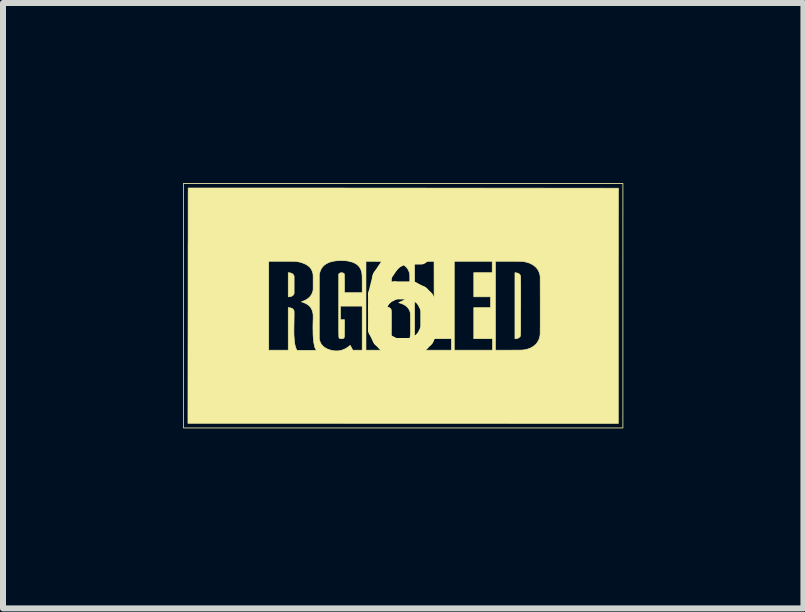
<source format=kicad_pcb>
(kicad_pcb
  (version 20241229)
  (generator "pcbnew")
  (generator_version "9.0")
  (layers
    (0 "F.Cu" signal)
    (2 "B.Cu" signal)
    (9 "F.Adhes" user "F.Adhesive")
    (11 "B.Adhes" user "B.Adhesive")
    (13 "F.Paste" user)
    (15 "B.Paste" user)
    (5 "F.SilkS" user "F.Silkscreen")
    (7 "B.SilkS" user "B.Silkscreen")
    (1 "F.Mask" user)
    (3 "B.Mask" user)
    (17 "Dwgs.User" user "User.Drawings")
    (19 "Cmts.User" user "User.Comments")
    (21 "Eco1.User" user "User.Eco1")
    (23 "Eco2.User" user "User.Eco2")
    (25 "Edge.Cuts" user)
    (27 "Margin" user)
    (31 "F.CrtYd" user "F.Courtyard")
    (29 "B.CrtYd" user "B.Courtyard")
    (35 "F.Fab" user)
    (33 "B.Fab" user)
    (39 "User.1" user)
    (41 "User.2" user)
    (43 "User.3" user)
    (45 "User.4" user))
  (footprint "6"
    (layer "F.Cu")
    (at 3.667 2.042)
    (property "Reference" "6" (at 0 0 0) (layer "F.SilkS") (effects (font (size 1.524 1.524) (thickness 0.3))))
    (attr through_hole)
    (fp_poly (pts (xy 3.662 2.039) (xy -3.662 2.039) (xy -3.662 -2.034) (xy -3.66 -2.034) (xy -3.66 2.037) (xy 3.66 2.037) (xy 3.66 -2.034) (xy -3.66 -2.034) (xy -3.662 -2.034) (xy -3.662 -2.037) (xy 3.662 -2.037) (xy 3.662 2.039)) (stroke (width 0.01) (type solid)) (fill yes) (layer "F.SilkS"))
    (fp_poly (pts (xy -1.898 -0.548) (xy -1.874 -0.544) (xy -1.855 -0.536) (xy -1.839 -0.526) (xy -1.828 -0.513) (xy -1.823 -0.505) (xy -1.817 -0.491) (xy -1.817 -0.202) (xy -1.823 -0.19) (xy -1.833 -0.175) (xy -1.848 -0.163) (xy -1.865 -0.154) (xy -1.887 -0.149) (xy -1.896 -0.148) (xy -1.915 -0.147) (xy -1.915 -0.549) (xy -1.898 -0.548)) (stroke (width 0.01) (type solid)) (fill yes) (layer "F.SilkS"))
    (fp_poly (pts (xy -0.277 -0.547) (xy -0.253 -0.543) (xy -0.234 -0.536) (xy -0.218 -0.526) (xy -0.207 -0.513) (xy -0.199 -0.497) (xy -0.198 -0.493) (xy -0.198 -0.487) (xy -0.197 -0.478) (xy -0.197 -0.463) (xy -0.196 -0.444) (xy -0.196 -0.422) (xy -0.196 -0.396) (xy -0.196 -0.366) (xy -0.196 -0.343) (xy -0.196 -0.311) (xy -0.196 -0.283) (xy -0.196 -0.26) (xy -0.196 -0.241) (xy -0.196 -0.225) (xy -0.197 -0.212) (xy -0.198 -0.201) (xy -0.199 -0.193) (xy -0.201 -0.187) (xy -0.203 -0.181) (xy -0.205 -0.177) (xy -0.208 -0.173) (xy -0.211 -0.169) (xy -0.213 -0.167) (xy -0.226 -0.156) (xy -0.243 -0.147) (xy -0.262 -0.142) (xy -0.283 -0.14) (xy -0.285 -0.14) (xy -0.295 -0.14) (xy -0.295 -0.549) (xy -0.277 -0.547)) (stroke (width 0.01) (type solid)) (fill yes) (layer "F.SilkS"))
    (fp_poly (pts (xy -0.285 0.02) (xy -0.274 0.021) (xy -0.26 0.024) (xy -0.247 0.027) (xy -0.235 0.031) (xy -0.232 0.033) (xy -0.224 0.038) (xy -0.216 0.045) (xy -0.213 0.048) (xy -0.21 0.051) (xy -0.207 0.054) (xy -0.205 0.058) (xy -0.203 0.061) (xy -0.201 0.066) (xy -0.2 0.071) (xy -0.199 0.078) (xy -0.198 0.087) (xy -0.197 0.098) (xy -0.196 0.112) (xy -0.196 0.128) (xy -0.196 0.147) (xy -0.196 0.17) (xy -0.196 0.197) (xy -0.196 0.228) (xy -0.196 0.264) (xy -0.196 0.291) (xy -0.196 0.328) (xy -0.196 0.361) (xy -0.197 0.389) (xy -0.197 0.412) (xy -0.197 0.433) (xy -0.197 0.45) (xy -0.197 0.463) (xy -0.198 0.475) (xy -0.198 0.483) (xy -0.198 0.49) (xy -0.199 0.496) (xy -0.199 0.5) (xy -0.2 0.503) (xy -0.201 0.505) (xy -0.202 0.507) (xy -0.202 0.508) (xy -0.212 0.522) (xy -0.225 0.534) (xy -0.242 0.543) (xy -0.263 0.549) (xy -0.276 0.55) (xy -0.295 0.552) (xy -0.295 0.02) (xy -0.285 0.02)) (stroke (width 0.01) (type solid)) (fill yes) (layer "F.SilkS"))
    (fp_poly (pts (xy 1.878 -0.547) (xy 1.902 -0.543) (xy 1.921 -0.536) (xy 1.936 -0.526) (xy 1.947 -0.513) (xy 1.954 -0.497) (xy 1.955 -0.492) (xy 1.956 -0.488) (xy 1.956 -0.481) (xy 1.956 -0.47) (xy 1.957 -0.455) (xy 1.957 -0.437) (xy 1.957 -0.414) (xy 1.957 -0.387) (xy 1.957 -0.356) (xy 1.958 -0.321) (xy 1.958 -0.281) (xy 1.958 -0.236) (xy 1.958 -0.187) (xy 1.958 -0.133) (xy 1.958 -0.075) (xy 1.958 -0.011) (xy 1.958 0.008) (xy 1.957 0.067) (xy 1.957 0.121) (xy 1.957 0.171) (xy 1.957 0.216) (xy 1.957 0.257) (xy 1.957 0.295) (xy 1.957 0.328) (xy 1.957 0.358) (xy 1.957 0.384) (xy 1.956 0.407) (xy 1.956 0.427) (xy 1.956 0.445) (xy 1.955 0.46) (xy 1.955 0.473) (xy 1.954 0.483) (xy 1.953 0.492) (xy 1.953 0.499) (xy 1.952 0.505) (xy 1.95 0.51) (xy 1.949 0.513) (xy 1.948 0.516) (xy 1.946 0.518) (xy 1.945 0.52) (xy 1.943 0.521) (xy 1.941 0.523) (xy 1.939 0.525) (xy 1.938 0.526) (xy 1.924 0.537) (xy 1.906 0.545) (xy 1.885 0.55) (xy 1.879 0.55) (xy 1.862 0.552) (xy 1.862 -0.549) (xy 1.878 -0.547)) (stroke (width 0.01) (type solid)) (fill yes) (layer "F.SilkS"))
    (fp_poly (pts (xy -3.295 -1.96) (xy -3.242 -1.96) (xy -3.186 -1.96) (xy -3.126 -1.96) (xy -3.061 -1.96) (xy -2.994 -1.96) (xy -2.922 -1.96) (xy -2.847 -1.96) (xy -2.769 -1.96) (xy -2.687 -1.96) (xy -2.602 -1.96) (xy -2.513 -1.96) (xy -2.422 -1.96) (xy -2.328 -1.96) (xy -2.23 -1.96) (xy -2.13 -1.96) (xy -2.027 -1.96) (xy -1.922 -1.96) (xy -1.814 -1.96) (xy -1.703 -1.96) (xy -1.59 -1.96) (xy -1.475 -1.96) (xy -1.358 -1.96) (xy -1.239 -1.96) (xy -1.117 -1.96) (xy -0.994 -1.96) (xy -0.869 -1.959) (xy -0.742 -1.959) (xy -0.614 -1.959) (xy -0.484 -1.959) (xy -0.352 -1.959) (xy -0.219 -1.959) (xy -0.085 -1.959) (xy 0.003 -1.959) (xy 3.587 -1.957) (xy 3.585 -1.272) (xy 3.585 -1.223) (xy 3.585 -1.169) (xy 3.585 -1.111) (xy 3.585 -1.049) (xy 3.585 -0.982) (xy 3.585 -0.912) (xy 3.585 -0.839) (xy 3.584 -0.763) (xy 3.584 -0.683) (xy 3.584 -0.601) (xy 3.584 -0.517) (xy 3.584 -0.431) (xy 3.584 -0.344) (xy 3.584 -0.254) (xy 3.584 -0.164) (xy 3.584 -0.073) (xy 3.584 0.019) (xy 3.584 0.111) (xy 3.584 0.202) (xy 3.584 0.294) (xy 3.584 0.385) (xy 3.584 0.475) (xy 3.584 0.564) (xy 3.584 0.652) (xy 3.584 0.689) (xy 3.584 1.963) (xy 2.006 1.963) (xy 1.916 1.963) (xy 1.821 1.963) (xy 1.721 1.962) (xy 1.617 1.962) (xy 1.51 1.962) (xy 1.398 1.962) (xy 1.284 1.962) (xy 1.166 1.962) (xy 1.045 1.962) (xy 0.922 1.962) (xy 0.797 1.962) (xy 0.67 1.962) (xy 0.541 1.962) (xy 0.411 1.962) (xy 0.28 1.962) (xy 0.148 1.962) (xy 0.016 1.962) (xy -0.116 1.962) (xy -0.249 1.962) (xy -0.381 1.962) (xy -0.512 1.962) (xy -0.642 1.962) (xy -0.771 1.962) (xy -0.899 1.962) (xy -1.025 1.961) (xy -1.148 1.961) (xy -1.269 1.961) (xy -1.388 1.961) (xy -1.503 1.961) (xy -1.579 1.961) (xy -3.586 1.961) (xy -3.585 0.742) (xy -2.24 0.742) (xy -1.915 0.742) (xy -1.915 0.032) (xy -1.898 0.034) (xy -1.874 0.038) (xy -1.855 0.045) (xy -1.839 0.055) (xy -1.827 0.068) (xy -1.82 0.084) (xy -1.818 0.09) (xy -1.818 0.094) (xy -1.817 0.101) (xy -1.817 0.112) (xy -1.817 0.125) (xy -1.817 0.142) (xy -1.817 0.163) (xy -1.817 0.188) (xy -1.818 0.217) (xy -1.818 0.252) (xy -1.819 0.273) (xy -1.819 0.311) (xy -1.82 0.344) (xy -1.82 0.374) (xy -1.82 0.399) (xy -1.821 0.422) (xy -1.82 0.442) (xy -1.82 0.459) (xy -1.82 0.475) (xy -1.819 0.49) (xy -1.819 0.501) (xy -1.816 0.543) (xy -1.813 0.581) (xy -1.809 0.614) (xy -1.805 0.643) (xy -1.799 0.668) (xy -1.793 0.691) (xy -1.786 0.711) (xy -1.778 0.728) (xy -1.778 0.729) (xy -1.769 0.744) (xy -1.445 0.744) (xy -1.455 0.73) (xy -1.464 0.714) (xy -1.472 0.694) (xy -1.479 0.669) (xy -1.485 0.639) (xy -1.491 0.604) (xy -1.495 0.564) (xy -1.498 0.531) (xy -1.5 0.51) (xy -1.501 0.486) (xy -1.502 0.458) (xy -1.502 0.427) (xy -1.503 0.395) (xy -1.503 0.362) (xy -1.503 0.329) (xy -1.502 0.297) (xy -1.502 0.267) (xy -1.501 0.251) (xy -1.5 0.221) (xy -1.5 0.195) (xy -1.5 0.173) (xy -1.5 0.157) (xy -1.501 0.146) (xy -1.507 0.11) (xy -1.517 0.078) (xy -1.53 0.049) (xy -1.548 0.022) (xy -1.57 -0.001) (xy -1.595 -0.02) (xy -1.625 -0.037) (xy -1.659 -0.051) (xy -1.676 -0.057) (xy -1.686 -0.06) (xy -1.692 -0.062) (xy -1.694 -0.063) (xy -1.693 -0.065) (xy -1.691 -0.065) (xy -1.686 -0.068) (xy -1.677 -0.071) (xy -1.671 -0.073) (xy -1.634 -0.089) (xy -1.602 -0.107) (xy -1.575 -0.128) (xy -1.551 -0.151) (xy -1.532 -0.177) (xy -1.517 -0.206) (xy -1.506 -0.237) (xy -1.504 -0.242) (xy -1.503 -0.247) (xy -1.502 -0.252) (xy -1.502 -0.257) (xy -1.501 -0.264) (xy -1.501 -0.273) (xy -1.5 -0.284) (xy -1.5 -0.297) (xy -1.5 -0.314) (xy -1.5 -0.334) (xy -1.5 -0.359) (xy -1.5 -0.386) (xy -1.5 -0.415) (xy -1.5 -0.44) (xy -1.5 -0.461) (xy -1.5 -0.478) (xy -1.5 -0.492) (xy -1.501 -0.503) (xy -1.501 -0.512) (xy -1.502 -0.519) (xy -1.398 -0.519) (xy -1.398 0.552) (xy -1.392 0.575) (xy -1.383 0.605) (xy -1.37 0.632) (xy -1.354 0.655) (xy -1.334 0.676) (xy -1.31 0.695) (xy -1.282 0.713) (xy -1.274 0.717) (xy -1.24 0.731) (xy -1.204 0.742) (xy -1.167 0.75) (xy -1.129 0.754) (xy -1.092 0.754) (xy -1.062 0.751) (xy -1.025 0.742) (xy -0.99 0.73) (xy -0.955 0.713) (xy -0.921 0.691) (xy -0.904 0.678) (xy -0.882 0.661) (xy -0.839 0.742) (xy -0.761 0.742) (xy -0.683 0.742) (xy -0.62 0.742) (xy -0.401 0.742) (xy 0.19 0.742) (xy 0.803 0.742) (xy 0.803 0.551) (xy 0.516 0.551) (xy 0.515 -0.093) (xy 0.514 -0.738) (xy 0.2 -0.739) (xy 0.851 -0.739) (xy 0.851 0.742) (xy 1.488 0.742) (xy 1.537 0.742) (xy 1.754 0.742) (xy 1.792 0.742) (xy 1.827 0.741) (xy 1.86 0.741) (xy 1.891 0.741) (xy 1.918 0.741) (xy 1.941 0.741) (xy 1.961 0.74) (xy 1.977 0.74) (xy 1.988 0.739) (xy 1.995 0.739) (xy 1.995 0.739) (xy 2.038 0.732) (xy 2.078 0.722) (xy 2.115 0.708) (xy 2.124 0.704) (xy 2.158 0.685) (xy 2.189 0.663) (xy 2.215 0.638) (xy 2.236 0.611) (xy 2.254 0.58) (xy 2.268 0.547) (xy 2.277 0.511) (xy 2.281 0.483) (xy 2.281 0.477) (xy 2.282 0.467) (xy 2.282 0.453) (xy 2.282 0.434) (xy 2.282 0.411) (xy 2.282 0.384) (xy 2.283 0.352) (xy 2.283 0.316) (xy 2.283 0.275) (xy 2.283 0.229) (xy 2.283 0.179) (xy 2.283 0.123) (xy 2.283 0.063) (xy 2.283 -0.002) (xy 2.283 -0.018) (xy 2.282 -0.491) (xy 2.276 -0.517) (xy 2.266 -0.552) (xy 2.252 -0.584) (xy 2.239 -0.605) (xy 2.219 -0.631) (xy 2.195 -0.654) (xy 2.167 -0.675) (xy 2.136 -0.693) (xy 2.102 -0.709) (xy 2.065 -0.721) (xy 2.027 -0.73) (xy 1.986 -0.736) (xy 1.984 -0.736) (xy 1.976 -0.737) (xy 1.963 -0.737) (xy 1.946 -0.738) (xy 1.924 -0.738) (xy 1.899 -0.738) (xy 1.871 -0.739) (xy 1.839 -0.739) (xy 1.805 -0.739) (xy 1.768 -0.739) (xy 1.745 -0.739) (xy 1.537 -0.739) (xy 1.537 0.742) (xy 1.488 0.742) (xy 1.488 0.551) (xy 1.176 0.551) (xy 1.176 0.033) (xy 1.455 0.033) (xy 1.455 -0.147) (xy 1.176 -0.147) (xy 1.176 -0.549) (xy 1.483 -0.549) (xy 1.483 -0.739) (xy 0.851 -0.739) (xy 0.2 -0.739) (xy 0.19 -0.739) (xy 0.19 0.742) (xy -0.401 0.742) (xy -0.361 0.742) (xy -0.324 0.741) (xy -0.29 0.741) (xy -0.259 0.741) (xy -0.232 0.741) (xy -0.209 0.741) (xy -0.189 0.74) (xy -0.175 0.74) (xy -0.164 0.739) (xy -0.16 0.739) (xy -0.119 0.732) (xy -0.082 0.723) (xy -0.048 0.71) (xy -0.015 0.694) (xy 0.01 0.679) (xy 0.038 0.657) (xy 0.062 0.633) (xy 0.082 0.605) (xy 0.098 0.574) (xy 0.11 0.54) (xy 0.112 0.535) (xy 0.114 0.527) (xy 0.115 0.518) (xy 0.117 0.51) (xy 0.118 0.5) (xy 0.119 0.49) (xy 0.12 0.478) (xy 0.121 0.463) (xy 0.121 0.447) (xy 0.121 0.427) (xy 0.122 0.404) (xy 0.122 0.378) (xy 0.122 0.347) (xy 0.121 0.312) (xy 0.121 0.295) (xy 0.121 0.261) (xy 0.121 0.232) (xy 0.121 0.207) (xy 0.121 0.186) (xy 0.12 0.169) (xy 0.12 0.155) (xy 0.12 0.143) (xy 0.119 0.134) (xy 0.119 0.127) (xy 0.118 0.121) (xy 0.118 0.116) (xy 0.117 0.112) (xy 0.116 0.108) (xy 0.115 0.105) (xy 0.115 0.104) (xy 0.103 0.075) (xy 0.088 0.048) (xy 0.068 0.025) (xy 0.045 0.004) (xy 0.017 -0.014) (xy -0.016 -0.03) (xy -0.052 -0.043) (xy -0.057 -0.044) (xy -0.067 -0.047) (xy -0.072 -0.049) (xy -0.074 -0.051) (xy -0.073 -0.052) (xy -0.071 -0.053) (xy -0.046 -0.064) (xy -0.025 -0.073) (xy -0.007 -0.082) (xy 0.008 -0.091) (xy 0.022 -0.1) (xy 0.035 -0.11) (xy 0.04 -0.115) (xy 0.062 -0.136) (xy 0.08 -0.161) (xy 0.094 -0.187) (xy 0.104 -0.215) (xy 0.106 -0.221) (xy 0.107 -0.225) (xy 0.108 -0.23) (xy 0.108 -0.236) (xy 0.109 -0.243) (xy 0.109 -0.252) (xy 0.11 -0.263) (xy 0.11 -0.277) (xy 0.11 -0.294) (xy 0.11 -0.315) (xy 0.11 -0.339) (xy 0.11 -0.368) (xy 0.11 -0.38) (xy 0.11 -0.41) (xy 0.11 -0.436) (xy 0.11 -0.457) (xy 0.11 -0.475) (xy 0.11 -0.489) (xy 0.11 -0.501) (xy 0.109 -0.51) (xy 0.109 -0.518) (xy 0.108 -0.524) (xy 0.108 -0.53) (xy 0.107 -0.534) (xy 0.105 -0.539) (xy 0.105 -0.542) (xy 0.095 -0.572) (xy 0.083 -0.599) (xy 0.068 -0.622) (xy 0.049 -0.644) (xy 0.049 -0.645) (xy 0.031 -0.66) (xy 0.009 -0.676) (xy -0.017 -0.69) (xy -0.044 -0.703) (xy -0.073 -0.714) (xy -0.102 -0.723) (xy -0.111 -0.725) (xy -0.12 -0.727) (xy -0.128 -0.729) (xy -0.136 -0.731) (xy -0.144 -0.732) (xy -0.152 -0.733) (xy -0.161 -0.734) (xy -0.171 -0.735) (xy -0.183 -0.736) (xy -0.197 -0.736) (xy -0.212 -0.737) (xy -0.231 -0.737) (xy -0.252 -0.737) (xy -0.277 -0.738) (xy -0.305 -0.738) (xy -0.338 -0.738) (xy -0.375 -0.738) (xy -0.398 -0.738) (xy -0.62 -0.739) (xy -0.62 0.742) (xy -0.683 0.742) (xy -0.683 0.008) (xy -1.044 0.008) (xy -1.044 0.234) (xy -0.978 0.234) (xy -0.978 0.38) (xy -0.979 0.412) (xy -0.979 0.44) (xy -0.979 0.463) (xy -0.979 0.482) (xy -0.979 0.497) (xy -0.98 0.51) (xy -0.981 0.519) (xy -0.982 0.527) (xy -0.983 0.532) (xy -0.985 0.536) (xy -0.987 0.539) (xy -0.989 0.541) (xy -0.992 0.543) (xy -0.995 0.545) (xy -0.996 0.545) (xy -1.004 0.548) (xy -1.016 0.55) (xy -1.029 0.55) (xy -1.042 0.549) (xy -1.053 0.548) (xy -1.058 0.545) (xy -1.06 0.545) (xy -1.062 0.544) (xy -1.063 0.543) (xy -1.065 0.543) (xy -1.066 0.541) (xy -1.067 0.54) (xy -1.068 0.537) (xy -1.069 0.534) (xy -1.07 0.529) (xy -1.071 0.523) (xy -1.072 0.515) (xy -1.072 0.506) (xy -1.073 0.495) (xy -1.073 0.481) (xy -1.073 0.465) (xy -1.074 0.446) (xy -1.074 0.425) (xy -1.074 0.4) (xy -1.074 0.373) (xy -1.074 0.341) (xy -1.074 0.307) (xy -1.074 0.268) (xy -1.074 0.226) (xy -1.074 0.179) (xy -1.074 0.127) (xy -1.074 0.072) (xy -1.074 0.011) (xy -1.074 -0.526) (xy -1.067 -0.534) (xy -1.057 -0.541) (xy -1.045 -0.546) (xy -1.031 -0.548) (xy -1.017 -0.548) (xy -1.003 -0.545) (xy -0.992 -0.539) (xy -0.984 -0.533) (xy -0.983 -0.531) (xy -0.982 -0.529) (xy -0.982 -0.527) (xy -0.981 -0.523) (xy -0.98 -0.518) (xy -0.98 -0.512) (xy -0.98 -0.503) (xy -0.979 -0.491) (xy -0.979 -0.476) (xy -0.979 -0.459) (xy -0.979 -0.437) (xy -0.979 -0.411) (xy -0.978 -0.38) (xy -0.978 -0.371) (xy -0.978 -0.216) (xy -0.683 -0.216) (xy -0.683 -0.355) (xy -0.683 -0.382) (xy -0.683 -0.408) (xy -0.684 -0.433) (xy -0.684 -0.457) (xy -0.684 -0.477) (xy -0.685 -0.495) (xy -0.685 -0.509) (xy -0.686 -0.518) (xy -0.686 -0.521) (xy -0.691 -0.557) (xy -0.701 -0.59) (xy -0.714 -0.619) (xy -0.731 -0.646) (xy -0.752 -0.669) (xy -0.777 -0.69) (xy -0.806 -0.707) (xy -0.839 -0.722) (xy -0.877 -0.734) (xy -0.918 -0.743) (xy -0.938 -0.746) (xy -0.955 -0.747) (xy -0.976 -0.749) (xy -1 -0.75) (xy -1.024 -0.75) (xy -1.049 -0.75) (xy -1.073 -0.75) (xy -1.094 -0.749) (xy -1.112 -0.747) (xy -1.115 -0.747) (xy -1.152 -0.742) (xy -1.185 -0.735) (xy -1.214 -0.727) (xy -1.242 -0.717) (xy -1.265 -0.706) (xy -1.296 -0.688) (xy -1.322 -0.668) (xy -1.344 -0.644) (xy -1.362 -0.618) (xy -1.377 -0.589) (xy -1.389 -0.555) (xy -1.391 -0.547) (xy -1.398 -0.519) (xy -1.502 -0.519) (xy -1.502 -0.52) (xy -1.503 -0.526) (xy -1.503 -0.532) (xy -1.504 -0.536) (xy -1.514 -0.569) (xy -1.527 -0.598) (xy -1.544 -0.625) (xy -1.565 -0.648) (xy -1.59 -0.668) (xy -1.594 -0.671) (xy -1.631 -0.692) (xy -1.671 -0.709) (xy -1.713 -0.723) (xy -1.758 -0.732) (xy -1.796 -0.737) (xy -1.803 -0.737) (xy -1.815 -0.737) (xy -1.831 -0.738) (xy -1.851 -0.738) (xy -1.874 -0.738) (xy -1.9 -0.739) (xy -1.929 -0.739) (xy -1.959 -0.739) (xy -1.991 -0.739) (xy -2.025 -0.739) (xy -2.032 -0.739) (xy -2.24 -0.739) (xy -2.24 0.742) (xy -3.585 0.742) (xy -3.584 0.001) (xy -3.584 -0.099) (xy -3.584 -0.197) (xy -3.584 -0.294) (xy -3.584 -0.39) (xy -3.584 -0.484) (xy -3.584 -0.576) (xy -3.584 -0.666) (xy -3.584 -0.754) (xy -3.584 -0.841) (xy -3.584 -0.925) (xy -3.584 -1.006) (xy -3.583 -1.085) (xy -3.583 -1.162) (xy -3.583 -1.236) (xy -3.583 -1.307) (xy -3.583 -1.375) (xy -3.583 -1.44) (xy -3.583 -1.501) (xy -3.583 -1.56) (xy -3.583 -1.615) (xy -3.583 -1.666) (xy -3.583 -1.714) (xy -3.583 -1.758) (xy -3.583 -1.797) (xy -3.583 -1.833) (xy -3.583 -1.865) (xy -3.583 -1.892) (xy -3.582 -1.915) (xy -3.582 -1.933) (xy -3.582 -1.947) (xy -3.582 -1.956) (xy -3.582 -1.96) (xy -3.582 -1.96) (xy -3.58 -1.96) (xy -3.572 -1.96) (xy -3.56 -1.96) (xy -3.543 -1.96) (xy -3.521 -1.96) (xy -3.494 -1.96) (xy -3.463 -1.96) (xy -3.427 -1.96) (xy -3.387 -1.96) (xy -3.343 -1.96) (xy -3.295 -1.96)) (stroke (width 0.01) (type solid)) (fill yes) (layer "F.SilkS")))
  (gr_rect
    (start -3 -3)
    (end 10.335 7.086)
    (stroke (width 0.1) (type default))
    (fill no)
    (layer "Edge.Cuts")))
</source>
